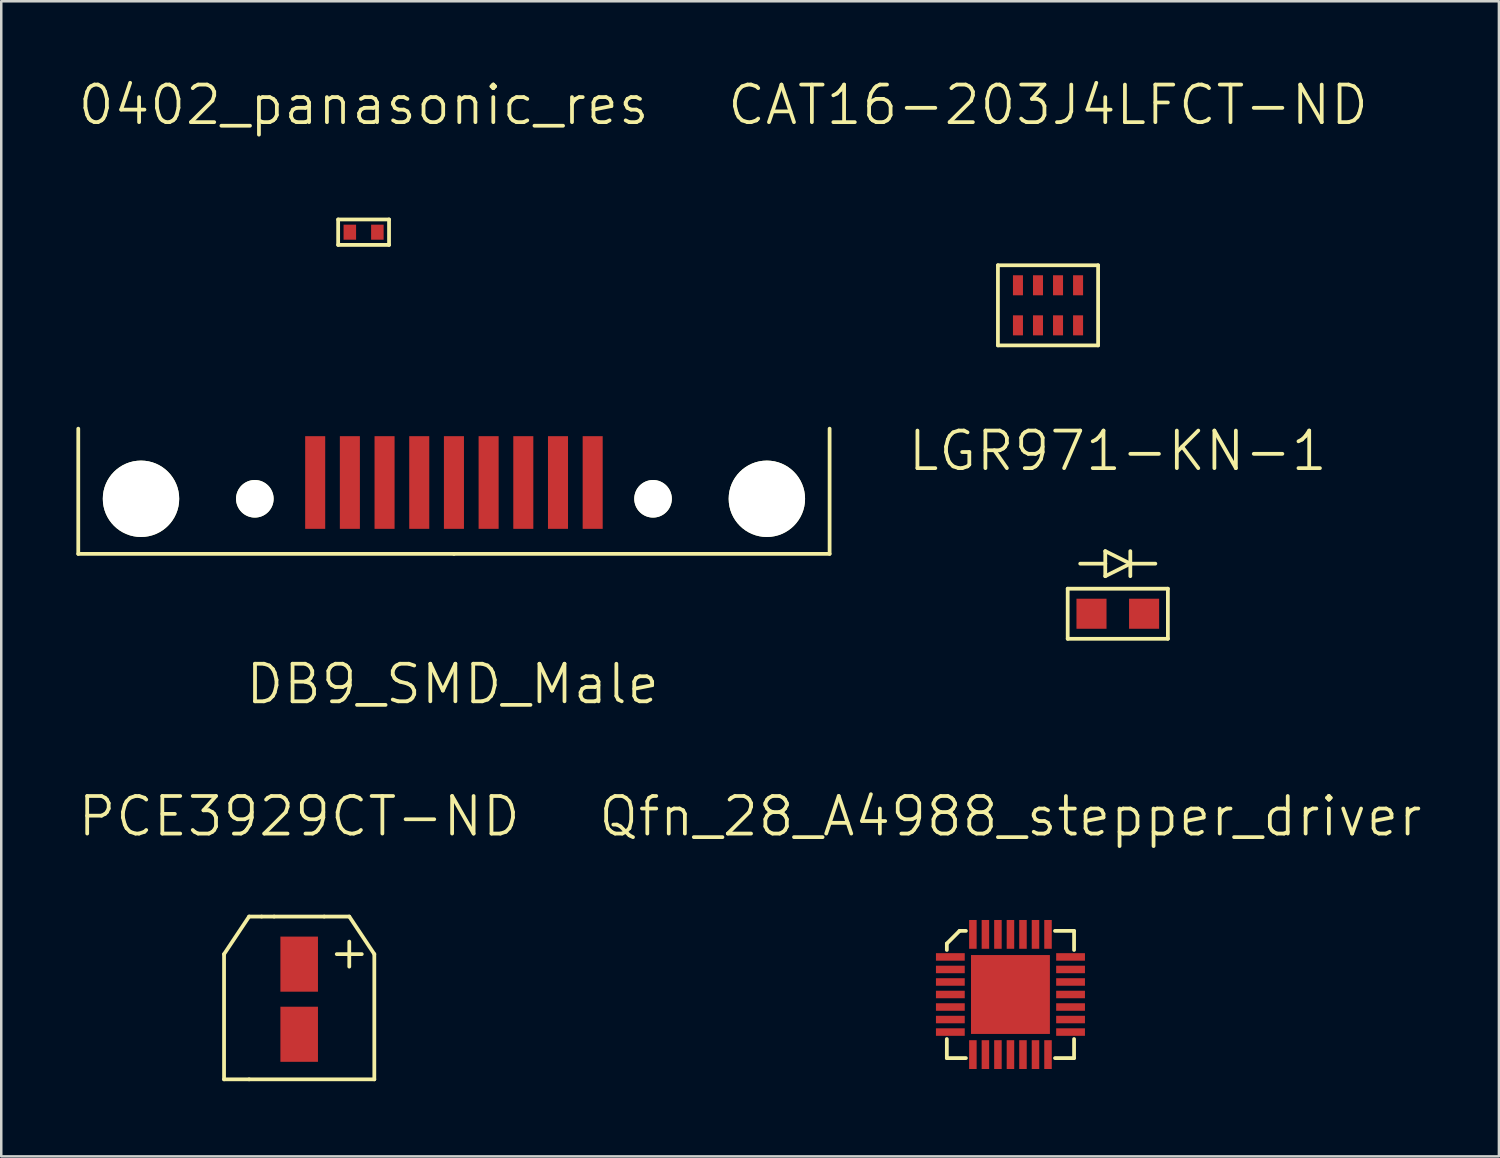
<source format=kicad_pcb>
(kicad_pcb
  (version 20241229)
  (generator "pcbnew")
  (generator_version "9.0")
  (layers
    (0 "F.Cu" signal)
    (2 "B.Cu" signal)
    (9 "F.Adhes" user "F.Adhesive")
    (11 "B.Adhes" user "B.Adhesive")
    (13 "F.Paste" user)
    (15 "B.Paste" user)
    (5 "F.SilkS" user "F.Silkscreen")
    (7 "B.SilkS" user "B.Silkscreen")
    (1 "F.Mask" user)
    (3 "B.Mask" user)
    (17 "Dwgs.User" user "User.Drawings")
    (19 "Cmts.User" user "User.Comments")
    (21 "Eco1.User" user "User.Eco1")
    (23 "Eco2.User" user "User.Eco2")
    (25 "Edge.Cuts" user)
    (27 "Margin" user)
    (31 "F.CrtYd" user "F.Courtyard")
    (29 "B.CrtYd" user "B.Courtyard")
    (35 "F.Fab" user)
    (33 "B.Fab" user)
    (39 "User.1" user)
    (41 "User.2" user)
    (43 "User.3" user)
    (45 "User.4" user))
  (footprint "DB9_SMD_Male"
    (layer "F.Cu")
    (at 15.075 14.066)
    (property "Reference" "DB9_SMD_Male" (at -0.05 10.2 0) (layer "F.SilkS") (effects (font (size 1.5 1.5) (thickness 0.15))))
    (attr through_hole)
    (fp_line (start -15 0) (end -15 5) (stroke (width 0.15) (type solid)) (layer "F.SilkS"))
    (fp_line (start -15 5) (end 0 5) (stroke (width 0.15) (type solid)) (layer "F.SilkS"))
    (fp_line (start 0 5) (end 15 5) (stroke (width 0.15) (type solid)) (layer "F.SilkS"))
    (fp_line (start 15 5) (end 15 0) (stroke (width 0.15) (type solid)) (layer "F.SilkS"))
    (pad "" np_thru_hole circle (at -12.495 2.8) (size 3.05 3.05) (drill 3.05) (layers "*.Cu" "*.Mask" "F.SilkS"))
    (pad "" np_thru_hole circle (at -7.95 2.8) (size 1.5 1.5) (drill 1.5) (layers "*.Cu" "*.Mask" "F.SilkS"))
    (pad "" np_thru_hole circle (at 7.95 2.8) (size 1.5 1.5) (drill 1.5) (layers "*.Cu" "*.Mask" "F.SilkS"))
    (pad "" np_thru_hole circle (at 12.495 2.8) (size 3.05 3.05) (drill 3.05) (layers "*.Cu" "*.Mask" "F.SilkS"))
    (pad "1" smd rect (at 5.54 2.15) (size 0.8 3.7) (layers "F.Cu" "F.Mask" "F.Paste"))
    (pad "2" smd rect (at 2.77 2.15) (size 0.8 3.7) (layers "F.Cu" "F.Mask" "F.Paste"))
    (pad "3" smd rect (at 0 2.15) (size 0.8 3.7) (layers "F.Cu" "F.Mask" "F.Paste"))
    (pad "4" smd rect (at -2.77 2.15) (size 0.8 3.7) (layers "F.Cu" "F.Mask" "F.Paste"))
    (pad "5" smd rect (at -5.54 2.15) (size 0.8 3.7) (layers "F.Cu" "F.Mask" "F.Paste"))
    (pad "6" smd rect (at 4.155 2.15) (size 0.8 3.7) (layers "F.Cu" "F.Mask" "F.Paste"))
    (pad "7" smd rect (at 1.385 2.15) (size 0.8 3.7) (layers "F.Cu" "F.Mask" "F.Paste"))
    (pad "8" smd rect (at -1.385 2.15) (size 0.8 3.7) (layers "F.Cu" "F.Mask" "F.Paste"))
    (pad "9" smd rect (at -4.155 2.15) (size 0.8 3.7) (layers "F.Cu" "F.Mask" "F.Paste")))
  (footprint "Qfn_28_A4988_stepper_driver"
    (layer "F.Cu")
    (at 37.296 36.659)
    (property "Reference" "Qfn_28_A4988_stepper_driver" (at 0 -7.112 0) (layer "F.SilkS") (effects (font (size 1.5 1.5) (thickness 0.15))))
    (attr through_hole)
    (fp_line (start -2.54 -2.032) (end -2.54 -1.778) (stroke (width 0.15) (type solid)) (layer "F.SilkS"))
    (fp_line (start -2.54 1.778) (end -2.54 2.54) (stroke (width 0.15) (type solid)) (layer "F.SilkS"))
    (fp_line (start -2.54 2.54) (end -1.778 2.54) (stroke (width 0.15) (type solid)) (layer "F.SilkS"))
    (fp_line (start -2.032 -2.54) (end -2.54 -2.032) (stroke (width 0.15) (type solid)) (layer "F.SilkS"))
    (fp_line (start -2.032 -2.54) (end -1.778 -2.54) (stroke (width 0.15) (type solid)) (layer "F.SilkS"))
    (fp_line (start 1.778 2.54) (end 2.54 2.54) (stroke (width 0.15) (type solid)) (layer "F.SilkS"))
    (fp_line (start 2.54 -2.54) (end 1.778 -2.54) (stroke (width 0.15) (type solid)) (layer "F.SilkS"))
    (fp_line (start 2.54 -1.778) (end 2.54 -2.54) (stroke (width 0.15) (type solid)) (layer "F.SilkS"))
    (fp_line (start 2.54 2.54) (end 2.54 1.778) (stroke (width 0.15) (type solid)) (layer "F.SilkS"))
    (pad "1" smd rect (at -2.4 -1.5) (size 1.15 0.3) (layers "F.Cu" "F.Mask" "F.Paste"))
    (pad "2" smd rect (at -2.4 -1) (size 1.15 0.3) (layers "F.Cu" "F.Mask" "F.Paste"))
    (pad "3" smd rect (at -2.4 -0.5) (size 1.15 0.3) (layers "F.Cu" "F.Mask" "F.Paste"))
    (pad "4" smd rect (at -2.4 0) (size 1.15 0.3) (layers "F.Cu" "F.Mask" "F.Paste"))
    (pad "5" smd rect (at -2.4 0.5) (size 1.15 0.3) (layers "F.Cu" "F.Mask" "F.Paste"))
    (pad "6" smd rect (at -2.4 1) (size 1.15 0.3) (layers "F.Cu" "F.Mask" "F.Paste"))
    (pad "7" smd rect (at -2.4 1.5) (size 1.15 0.3) (layers "F.Cu" "F.Mask" "F.Paste"))
    (pad "8" smd rect (at -1.5 2.4) (size 0.3 1.15) (layers "F.Cu" "F.Mask" "F.Paste"))
    (pad "9" smd rect (at -1 2.4) (size 0.3 1.15) (layers "F.Cu" "F.Mask" "F.Paste"))
    (pad "10" smd rect (at -0.5 2.4) (size 0.3 1.15) (layers "F.Cu" "F.Mask" "F.Paste"))
    (pad "11" smd rect (at 0 2.4) (size 0.3 1.15) (layers "F.Cu" "F.Mask" "F.Paste"))
    (pad "12" smd rect (at 0.5 2.4) (size 0.3 1.15) (layers "F.Cu" "F.Mask" "F.Paste"))
    (pad "13" smd rect (at 1 2.4) (size 0.3 1.15) (layers "F.Cu" "F.Mask" "F.Paste"))
    (pad "14" smd rect (at 1.5 2.4) (size 0.3 1.15) (layers "F.Cu" "F.Mask" "F.Paste"))
    (pad "15" smd rect (at 2.4 1.5) (size 1.15 0.3) (layers "F.Cu" "F.Mask" "F.Paste"))
    (pad "16" smd rect (at 2.4 1) (size 1.15 0.3) (layers "F.Cu" "F.Mask" "F.Paste"))
    (pad "17" smd rect (at 2.4 0.5) (size 1.15 0.3) (layers "F.Cu" "F.Mask" "F.Paste"))
    (pad "18" smd rect (at 2.4 0) (size 1.15 0.3) (layers "F.Cu" "F.Mask" "F.Paste"))
    (pad "19" smd rect (at 2.4 -0.5) (size 1.15 0.3) (layers "F.Cu" "F.Mask" "F.Paste"))
    (pad "20" smd rect (at 2.4 -1) (size 1.15 0.3) (layers "F.Cu" "F.Mask" "F.Paste"))
    (pad "21" smd rect (at 2.4 -1.5) (size 1.15 0.3) (layers "F.Cu" "F.Mask" "F.Paste"))
    (pad "22" smd rect (at 1.5 -2.4) (size 0.3 1.15) (layers "F.Cu" "F.Mask" "F.Paste"))
    (pad "23" smd rect (at 1 -2.4) (size 0.3 1.15) (layers "F.Cu" "F.Mask" "F.Paste"))
    (pad "24" smd rect (at 0.5 -2.4) (size 0.3 1.15) (layers "F.Cu" "F.Mask" "F.Paste"))
    (pad "25" smd rect (at 0 -2.4) (size 0.3 1.15) (layers "F.Cu" "F.Mask" "F.Paste"))
    (pad "26" smd rect (at -0.5 -2.4) (size 0.3 1.15) (layers "F.Cu" "F.Mask" "F.Paste"))
    (pad "27" smd rect (at -1 -2.4) (size 0.3 1.15) (layers "F.Cu" "F.Mask" "F.Paste"))
    (pad "28" smd rect (at -1.5 -2.4) (size 0.3 1.15) (layers "F.Cu" "F.Mask" "F.Paste"))
    (pad "29" smd rect (at 0 0) (size 3.15 3.15) (layers "F.Cu" "F.Mask" "F.Paste")))
  (footprint "LGR971-KN-1"
    (layer "F.Cu")
    (at 41.582 21.456)
    (property "Reference" "LGR971-KN-1" (at 0 -6.5 0) (layer "F.SilkS") (effects (font (size 1.5 1.5) (thickness 0.15))))
    (attr through_hole)
    (fp_line (start -2 -1) (end -2 1) (stroke (width 0.15) (type solid)) (layer "F.SilkS"))
    (fp_line (start -2 1) (end 2 1) (stroke (width 0.15) (type solid)) (layer "F.SilkS"))
    (fp_line (start -1.5 -2) (end -0.5 -2) (stroke (width 0.15) (type solid)) (layer "F.SilkS"))
    (fp_line (start -0.5 -2.5) (end 0.5 -2) (stroke (width 0.15) (type solid)) (layer "F.SilkS"))
    (fp_line (start -0.5 -2) (end -0.5 -2.5) (stroke (width 0.15) (type solid)) (layer "F.SilkS"))
    (fp_line (start -0.5 -1.5) (end -0.5 -2) (stroke (width 0.15) (type solid)) (layer "F.SilkS"))
    (fp_line (start 0.5 -2.5) (end 0.5 -1.5) (stroke (width 0.15) (type solid)) (layer "F.SilkS"))
    (fp_line (start 0.5 -2) (end -0.5 -1.5) (stroke (width 0.15) (type solid)) (layer "F.SilkS"))
    (fp_line (start 0.5 -2) (end 1.5 -2) (stroke (width 0.15) (type solid)) (layer "F.SilkS"))
    (fp_line (start 2 -1) (end -2 -1) (stroke (width 0.15) (type solid)) (layer "F.SilkS"))
    (fp_line (start 2 1) (end 2 -1) (stroke (width 0.15) (type solid)) (layer "F.SilkS"))
    (pad "1" smd rect (at -1.05 0) (size 1.2 1.2) (layers "F.Cu" "F.Mask" "F.Paste"))
    (pad "2" smd rect (at 1.05 0) (size 1.2 1.2) (layers "F.Cu" "F.Mask" "F.Paste")))
  (footprint "0402_panasonic_res"
    (layer "F.Cu")
    (at 11.468 6.221)
    (property "Reference" "0402_panasonic_res" (at 0 -5.08 0) (layer "F.SilkS") (effects (font (size 1.5 1.5) (thickness 0.15))))
    (attr through_hole)
    (fp_line (start -1.016 -0.508) (end 1.016 -0.508) (stroke (width 0.15) (type solid)) (layer "F.SilkS"))
    (fp_line (start -1.016 0.508) (end -1.016 -0.508) (stroke (width 0.15) (type solid)) (layer "F.SilkS"))
    (fp_line (start 1.016 -0.508) (end 1.016 0.508) (stroke (width 0.15) (type solid)) (layer "F.SilkS"))
    (fp_line (start 1.016 0.508) (end -1.016 0.508) (stroke (width 0.15) (type solid)) (layer "F.SilkS"))
    (pad "1" smd rect (at -0.55 0) (size 0.5 0.6) (layers "F.Cu" "F.Mask" "F.Paste"))
    (pad "2" smd rect (at 0.55 0) (size 0.5 0.6) (layers "F.Cu" "F.Mask" "F.Paste")))
  (footprint "CAT16-203J4LFCT-ND"
    (layer "F.Cu")
    (at 38.796 9.141)
    (property "Reference" "CAT16-203J4LFCT-ND" (at 0 -8 0) (layer "F.SilkS") (effects (font (size 1.5 1.5) (thickness 0.15))))
    (attr through_hole)
    (fp_line (start -2 -1.6) (end 2 -1.6) (stroke (width 0.15) (type solid)) (layer "F.SilkS"))
    (fp_line (start -2 1.6) (end -2 -1.6) (stroke (width 0.15) (type solid)) (layer "F.SilkS"))
    (fp_line (start 2 -1.6) (end 2 1.6) (stroke (width 0.15) (type solid)) (layer "F.SilkS"))
    (fp_line (start 2 1.6) (end -2 1.6) (stroke (width 0.15) (type solid)) (layer "F.SilkS"))
    (pad "1" smd rect (at 1.2 -0.8) (size 0.4 0.8) (layers "F.Cu" "F.Mask" "F.Paste"))
    (pad "2" smd rect (at 0.4 -0.8) (size 0.4 0.8) (layers "F.Cu" "F.Mask" "F.Paste"))
    (pad "3" smd rect (at -0.4 -0.8) (size 0.4 0.8) (layers "F.Cu" "F.Mask" "F.Paste"))
    (pad "4" smd rect (at -1.2 -0.8) (size 0.4 0.8) (layers "F.Cu" "F.Mask" "F.Paste"))
    (pad "5" smd rect (at -1.2 0.8) (size 0.4 0.8) (layers "F.Cu" "F.Mask" "F.Paste"))
    (pad "6" smd rect (at -0.4 0.8) (size 0.4 0.8) (layers "F.Cu" "F.Mask" "F.Paste"))
    (pad "7" smd rect (at 0.4 0.8) (size 0.4 0.8) (layers "F.Cu" "F.Mask" "F.Paste"))
    (pad "8" smd rect (at 1.2 0.8) (size 0.4 0.8) (layers "F.Cu" "F.Mask" "F.Paste")))
  (footprint "PCE3929CT-ND"
    (layer "F.Cu")
    (at 8.896 36.547)
    (property "Reference" "PCE3929CT-ND" (at 0 -7 0) (layer "F.SilkS") (effects (font (size 1.5 1.5) (thickness 0.15))))
    (attr through_hole)
    (fp_line (start -3 3.5) (end -3 -1.5) (stroke (width 0.15) (type solid)) (layer "F.SilkS"))
    (fp_line (start -2 -3) (end -3 -1.5) (stroke (width 0.15) (type solid)) (layer "F.SilkS"))
    (fp_line (start -2 -3) (end -1.5 -3) (stroke (width 0.15) (type solid)) (layer "F.SilkS"))
    (fp_line (start -2 3.5) (end -3 3.5) (stroke (width 0.15) (type solid)) (layer "F.SilkS"))
    (fp_line (start -1.5 -3) (end -1 -3) (stroke (width 0.15) (type solid)) (layer "F.SilkS"))
    (fp_line (start -1 -3) (end 1 -3) (stroke (width 0.15) (type solid)) (layer "F.SilkS"))
    (fp_line (start 1 -3) (end 2 -3) (stroke (width 0.15) (type solid)) (layer "F.SilkS"))
    (fp_line (start 1.5 -1.5) (end 2.5 -1.5) (stroke (width 0.15) (type solid)) (layer "F.SilkS"))
    (fp_line (start 2 -3) (end 3 -1.5) (stroke (width 0.15) (type solid)) (layer "F.SilkS"))
    (fp_line (start 2 -1) (end 2 -2) (stroke (width 0.15) (type solid)) (layer "F.SilkS"))
    (fp_line (start 3 -1.5) (end 3 3.5) (stroke (width 0.15) (type solid)) (layer "F.SilkS"))
    (fp_line (start 3 3.5) (end -2 3.5) (stroke (width 0.15) (type solid)) (layer "F.SilkS"))
    (pad "1" smd rect (at 0 -1.1) (size 1.5 2.2) (layers "F.Cu" "F.Mask" "F.Paste"))
    (pad "2" smd rect (at 0 1.7) (size 1.5 2.2) (layers "F.Cu" "F.Mask" "F.Paste")))
  (gr_rect
    (start -3 -3)
    (end 56.8 43.122)
    (stroke (width 0.1) (type default))
    (fill no)
    (layer "Edge.Cuts")))
</source>
